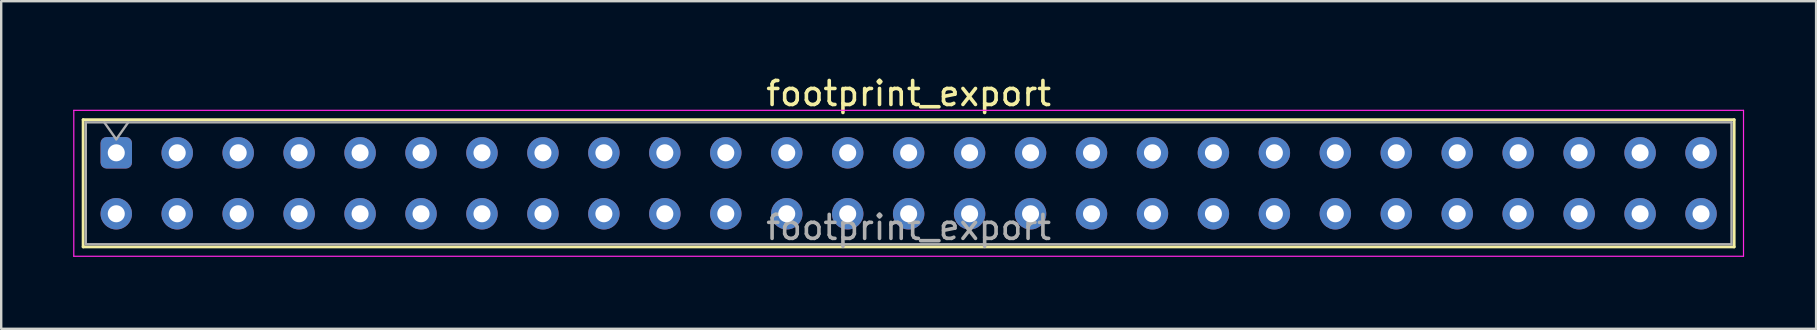
<source format=kicad_pcb>
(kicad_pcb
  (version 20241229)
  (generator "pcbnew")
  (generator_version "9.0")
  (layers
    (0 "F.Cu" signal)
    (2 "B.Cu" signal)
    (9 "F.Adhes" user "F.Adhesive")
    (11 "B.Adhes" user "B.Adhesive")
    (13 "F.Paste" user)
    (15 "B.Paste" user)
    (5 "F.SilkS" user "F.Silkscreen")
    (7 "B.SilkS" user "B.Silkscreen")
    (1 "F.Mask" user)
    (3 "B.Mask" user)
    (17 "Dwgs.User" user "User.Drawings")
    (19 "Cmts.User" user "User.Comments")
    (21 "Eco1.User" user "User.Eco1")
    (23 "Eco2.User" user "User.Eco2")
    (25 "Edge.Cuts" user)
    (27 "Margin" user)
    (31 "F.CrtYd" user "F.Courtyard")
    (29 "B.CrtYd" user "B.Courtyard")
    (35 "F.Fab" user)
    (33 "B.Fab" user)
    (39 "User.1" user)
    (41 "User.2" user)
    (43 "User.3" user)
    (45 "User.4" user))
  (footprint "footprint_export"
    (layer "F.Cu")
    (at 1.795 3.318)
    (property "Reference" "footprint_export" (at 33.02 -2.47 0) (layer "F.SilkS") (effects (font (size 1 1) (thickness 0.15))))
    (attr through_hole)
    (fp_line (start -1.38 -1.38) (end 67.42 -1.38) (stroke (width 0.12) (type solid)) (layer "F.SilkS"))
    (fp_line (start -1.38 3.92) (end -1.38 -1.38) (stroke (width 0.12) (type solid)) (layer "F.SilkS"))
    (fp_line (start 67.42 -1.38) (end 67.42 3.92) (stroke (width 0.12) (type solid)) (layer "F.SilkS"))
    (fp_line (start 67.42 3.92) (end -1.38 3.92) (stroke (width 0.12) (type solid)) (layer "F.SilkS"))
    (fp_line (start -1.77 -1.77) (end 67.81 -1.77) (stroke (width 0.05) (type solid)) (layer "F.CrtYd"))
    (fp_line (start -1.77 4.31) (end -1.77 -1.77) (stroke (width 0.05) (type solid)) (layer "F.CrtYd"))
    (fp_line (start 67.81 -1.77) (end 67.81 4.31) (stroke (width 0.05) (type solid)) (layer "F.CrtYd"))
    (fp_line (start 67.81 4.31) (end -1.77 4.31) (stroke (width 0.05) (type solid)) (layer "F.CrtYd"))
    (fp_line (start -1.27 -1.27) (end 67.31 -1.27) (stroke (width 0.1) (type solid)) (layer "F.Fab"))
    (fp_line (start -1.27 3.81) (end -1.27 -1.27) (stroke (width 0.1) (type solid)) (layer "F.Fab"))
    (fp_line (start -0.5 -1.27) (end 0 -0.563) (stroke (width 0.1) (type solid)) (layer "F.Fab"))
    (fp_line (start 0 -0.563) (end 0.5 -1.27) (stroke (width 0.1) (type solid)) (layer "F.Fab"))
    (fp_line (start 67.31 -1.27) (end 67.31 3.81) (stroke (width 0.1) (type solid)) (layer "F.Fab"))
    (fp_line (start 67.31 3.81) (end -1.27 3.81) (stroke (width 0.1) (type solid)) (layer "F.Fab"))
    (fp_text user "${REFERENCE}" (at 33.02 3.11 0) (layer "F.Fab") (effects (font (size 1 1) (thickness 0.15))))
    (pad "1" thru_hole roundrect (at 0 0) (size 1.31 1.31) (drill 0.71) (layers "*.Cu" "*.Mask") (roundrect_rratio 0.191))
    (pad "2" thru_hole circle (at 0 2.54) (size 1.31 1.31) (drill 0.71) (layers "*.Cu" "*.Mask"))
    (pad "3" thru_hole circle (at 2.54 0) (size 1.31 1.31) (drill 0.71) (layers "*.Cu" "*.Mask"))
    (pad "4" thru_hole circle (at 2.54 2.54) (size 1.31 1.31) (drill 0.71) (layers "*.Cu" "*.Mask"))
    (pad "5" thru_hole circle (at 5.08 0) (size 1.31 1.31) (drill 0.71) (layers "*.Cu" "*.Mask"))
    (pad "6" thru_hole circle (at 5.08 2.54) (size 1.31 1.31) (drill 0.71) (layers "*.Cu" "*.Mask"))
    (pad "7" thru_hole circle (at 7.62 0) (size 1.31 1.31) (drill 0.71) (layers "*.Cu" "*.Mask"))
    (pad "8" thru_hole circle (at 7.62 2.54) (size 1.31 1.31) (drill 0.71) (layers "*.Cu" "*.Mask"))
    (pad "9" thru_hole circle (at 10.16 0) (size 1.31 1.31) (drill 0.71) (layers "*.Cu" "*.Mask"))
    (pad "10" thru_hole circle (at 10.16 2.54) (size 1.31 1.31) (drill 0.71) (layers "*.Cu" "*.Mask"))
    (pad "11" thru_hole circle (at 12.7 0) (size 1.31 1.31) (drill 0.71) (layers "*.Cu" "*.Mask"))
    (pad "12" thru_hole circle (at 12.7 2.54) (size 1.31 1.31) (drill 0.71) (layers "*.Cu" "*.Mask"))
    (pad "13" thru_hole circle (at 15.24 0) (size 1.31 1.31) (drill 0.71) (layers "*.Cu" "*.Mask"))
    (pad "14" thru_hole circle (at 15.24 2.54) (size 1.31 1.31) (drill 0.71) (layers "*.Cu" "*.Mask"))
    (pad "15" thru_hole circle (at 17.78 0) (size 1.31 1.31) (drill 0.71) (layers "*.Cu" "*.Mask"))
    (pad "16" thru_hole circle (at 17.78 2.54) (size 1.31 1.31) (drill 0.71) (layers "*.Cu" "*.Mask"))
    (pad "17" thru_hole circle (at 20.32 0) (size 1.31 1.31) (drill 0.71) (layers "*.Cu" "*.Mask"))
    (pad "18" thru_hole circle (at 20.32 2.54) (size 1.31 1.31) (drill 0.71) (layers "*.Cu" "*.Mask"))
    (pad "19" thru_hole circle (at 22.86 0) (size 1.31 1.31) (drill 0.71) (layers "*.Cu" "*.Mask"))
    (pad "20" thru_hole circle (at 22.86 2.54) (size 1.31 1.31) (drill 0.71) (layers "*.Cu" "*.Mask"))
    (pad "21" thru_hole circle (at 25.4 0) (size 1.31 1.31) (drill 0.71) (layers "*.Cu" "*.Mask"))
    (pad "22" thru_hole circle (at 25.4 2.54) (size 1.31 1.31) (drill 0.71) (layers "*.Cu" "*.Mask"))
    (pad "23" thru_hole circle (at 27.94 0) (size 1.31 1.31) (drill 0.71) (layers "*.Cu" "*.Mask"))
    (pad "24" thru_hole circle (at 27.94 2.54) (size 1.31 1.31) (drill 0.71) (layers "*.Cu" "*.Mask"))
    (pad "25" thru_hole circle (at 30.48 0) (size 1.31 1.31) (drill 0.71) (layers "*.Cu" "*.Mask"))
    (pad "26" thru_hole circle (at 30.48 2.54) (size 1.31 1.31) (drill 0.71) (layers "*.Cu" "*.Mask"))
    (pad "27" thru_hole circle (at 33.02 0) (size 1.31 1.31) (drill 0.71) (layers "*.Cu" "*.Mask"))
    (pad "28" thru_hole circle (at 33.02 2.54) (size 1.31 1.31) (drill 0.71) (layers "*.Cu" "*.Mask"))
    (pad "29" thru_hole circle (at 35.56 0) (size 1.31 1.31) (drill 0.71) (layers "*.Cu" "*.Mask"))
    (pad "30" thru_hole circle (at 35.56 2.54) (size 1.31 1.31) (drill 0.71) (layers "*.Cu" "*.Mask"))
    (pad "31" thru_hole circle (at 38.1 0) (size 1.31 1.31) (drill 0.71) (layers "*.Cu" "*.Mask"))
    (pad "32" thru_hole circle (at 38.1 2.54) (size 1.31 1.31) (drill 0.71) (layers "*.Cu" "*.Mask"))
    (pad "33" thru_hole circle (at 40.64 0) (size 1.31 1.31) (drill 0.71) (layers "*.Cu" "*.Mask"))
    (pad "34" thru_hole circle (at 40.64 2.54) (size 1.31 1.31) (drill 0.71) (layers "*.Cu" "*.Mask"))
    (pad "35" thru_hole circle (at 43.18 0) (size 1.31 1.31) (drill 0.71) (layers "*.Cu" "*.Mask"))
    (pad "36" thru_hole circle (at 43.18 2.54) (size 1.31 1.31) (drill 0.71) (layers "*.Cu" "*.Mask"))
    (pad "37" thru_hole circle (at 45.72 0) (size 1.31 1.31) (drill 0.71) (layers "*.Cu" "*.Mask"))
    (pad "38" thru_hole circle (at 45.72 2.54) (size 1.31 1.31) (drill 0.71) (layers "*.Cu" "*.Mask"))
    (pad "39" thru_hole circle (at 48.26 0) (size 1.31 1.31) (drill 0.71) (layers "*.Cu" "*.Mask"))
    (pad "40" thru_hole circle (at 48.26 2.54) (size 1.31 1.31) (drill 0.71) (layers "*.Cu" "*.Mask"))
    (pad "41" thru_hole circle (at 50.8 0) (size 1.31 1.31) (drill 0.71) (layers "*.Cu" "*.Mask"))
    (pad "42" thru_hole circle (at 50.8 2.54) (size 1.31 1.31) (drill 0.71) (layers "*.Cu" "*.Mask"))
    (pad "43" thru_hole circle (at 53.34 0) (size 1.31 1.31) (drill 0.71) (layers "*.Cu" "*.Mask"))
    (pad "44" thru_hole circle (at 53.34 2.54) (size 1.31 1.31) (drill 0.71) (layers "*.Cu" "*.Mask"))
    (pad "45" thru_hole circle (at 55.88 0) (size 1.31 1.31) (drill 0.71) (layers "*.Cu" "*.Mask"))
    (pad "46" thru_hole circle (at 55.88 2.54) (size 1.31 1.31) (drill 0.71) (layers "*.Cu" "*.Mask"))
    (pad "47" thru_hole circle (at 58.42 0) (size 1.31 1.31) (drill 0.71) (layers "*.Cu" "*.Mask"))
    (pad "48" thru_hole circle (at 58.42 2.54) (size 1.31 1.31) (drill 0.71) (layers "*.Cu" "*.Mask"))
    (pad "49" thru_hole circle (at 60.96 0) (size 1.31 1.31) (drill 0.71) (layers "*.Cu" "*.Mask"))
    (pad "50" thru_hole circle (at 60.96 2.54) (size 1.31 1.31) (drill 0.71) (layers "*.Cu" "*.Mask"))
    (pad "51" thru_hole circle (at 63.5 0) (size 1.31 1.31) (drill 0.71) (layers "*.Cu" "*.Mask"))
    (pad "52" thru_hole circle (at 63.5 2.54) (size 1.31 1.31) (drill 0.71) (layers "*.Cu" "*.Mask"))
    (pad "53" thru_hole circle (at 66.04 0) (size 1.31 1.31) (drill 0.71) (layers "*.Cu" "*.Mask"))
    (pad "54" thru_hole circle (at 66.04 2.54) (size 1.31 1.31) (drill 0.71) (layers "*.Cu" "*.Mask")))
  (gr_rect
    (start -3 -3)
    (end 72.63 10.653)
    (stroke (width 0.1) (type default))
    (fill no)
    (layer "Edge.Cuts")))
</source>
